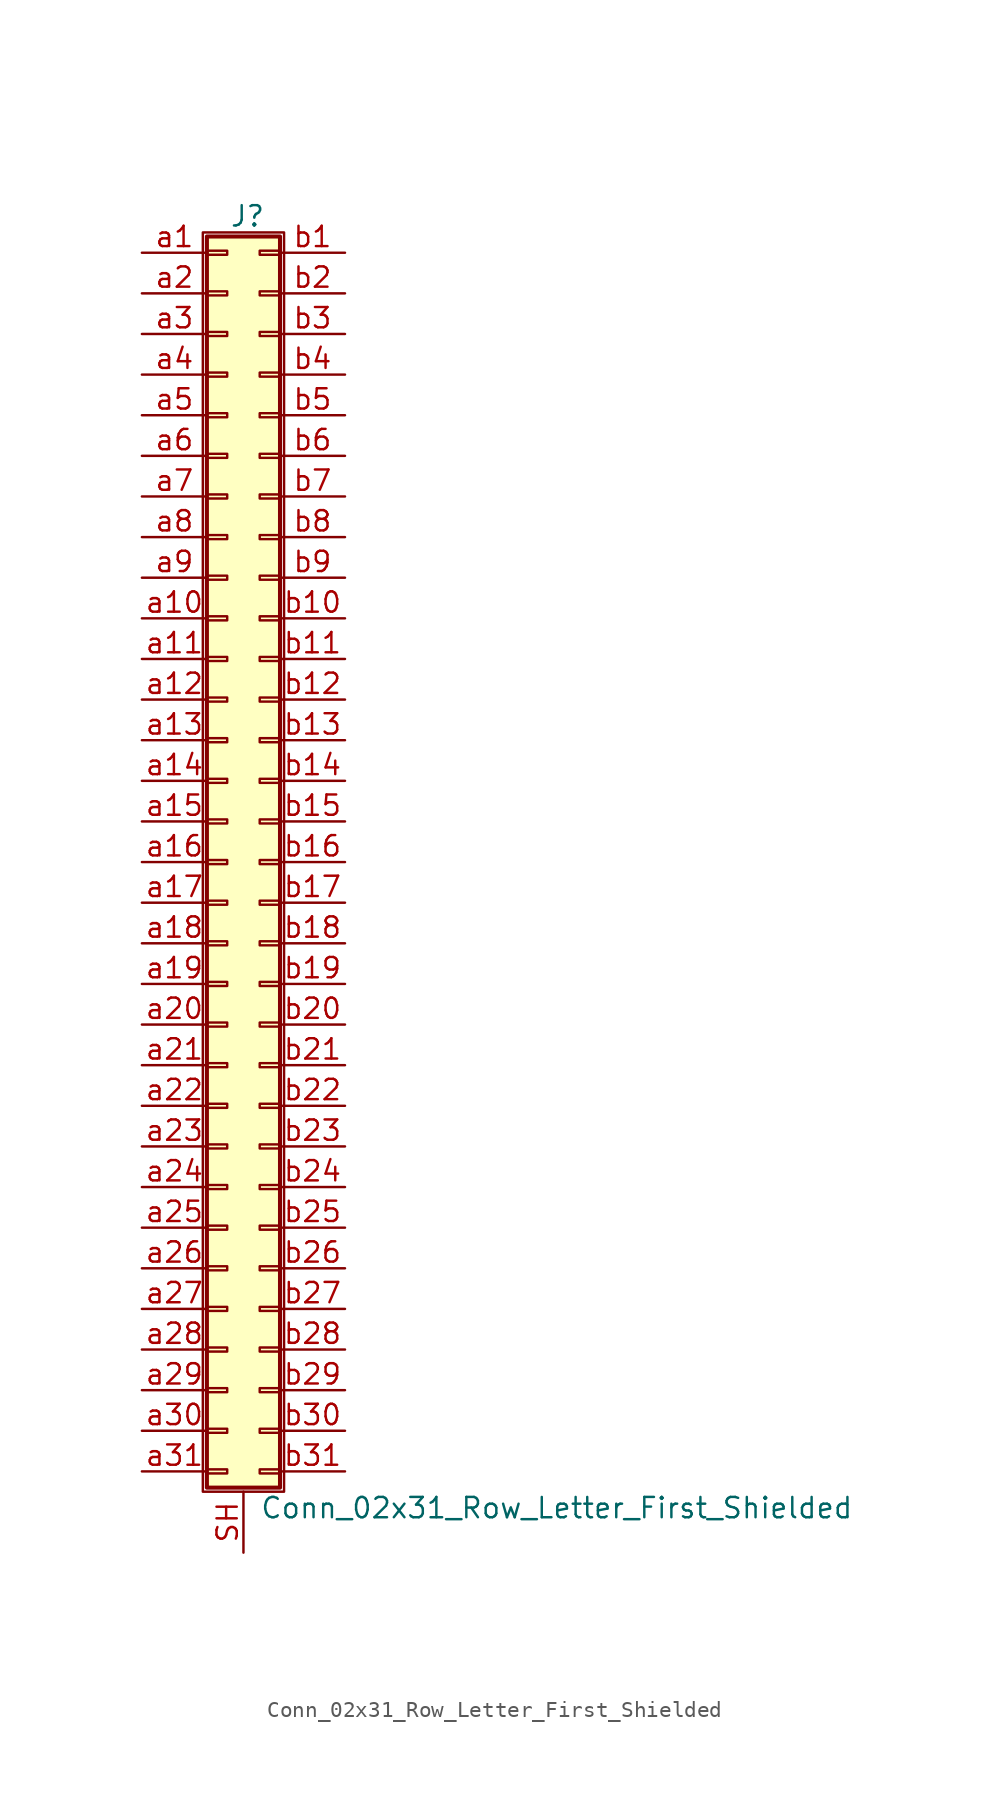
<source format=kicad_sym>
(kicad_symbol_lib
  (version 20211014)
  (generator kicad_symbol_editor)
  (symbol "Conn_02x31_Row_Letter_First_Shielded"
    (pin_names
      (offset 1.016) hide)
    (property "Reference" "J"
      (at 1.524 40.386 0)
      (effects (font (size 1.27 1.27))))
    (property "Value" "Conn_02x31_Row_Letter_First_Shielded"
      (at 2.286 -40.386 0)
      (effects (font (size 1.27 1.27)) (justify left)))
    (symbol "Conn_02x31_Row_Letter_First_Shielded_1_1"
      (rectangle (start -1.27 39.37) (end 3.81 -39.37) (stroke (width 0.152) (type default) (color 0 0 0 0)) (fill (type none)))
      (rectangle (start -1.016 -37.973) (end 0.254 -38.227) (stroke (width 0.152) (type default) (color 0 0 0 0)) (fill (type none)))
      (rectangle (start -1.016 -35.433) (end 0.254 -35.687) (stroke (width 0.152) (type default) (color 0 0 0 0)) (fill (type none)))
      (rectangle (start -1.016 -32.893) (end 0.254 -33.147) (stroke (width 0.152) (type default) (color 0 0 0 0)) (fill (type none)))
      (rectangle (start -1.016 -30.353) (end 0.254 -30.607) (stroke (width 0.152) (type default) (color 0 0 0 0)) (fill (type none)))
      (rectangle (start -1.016 -27.813) (end 0.254 -28.067) (stroke (width 0.152) (type default) (color 0 0 0 0)) (fill (type none)))
      (rectangle (start -1.016 -25.273) (end 0.254 -25.527) (stroke (width 0.152) (type default) (color 0 0 0 0)) (fill (type none)))
      (rectangle (start -1.016 -22.733) (end 0.254 -22.987) (stroke (width 0.152) (type default) (color 0 0 0 0)) (fill (type none)))
      (rectangle (start -1.016 -20.193) (end 0.254 -20.447) (stroke (width 0.152) (type default) (color 0 0 0 0)) (fill (type none)))
      (rectangle (start -1.016 -17.653) (end 0.254 -17.907) (stroke (width 0.152) (type default) (color 0 0 0 0)) (fill (type none)))
      (rectangle (start -1.016 -15.113) (end 0.254 -15.367) (stroke (width 0.152) (type default) (color 0 0 0 0)) (fill (type none)))
      (rectangle (start -1.016 -12.573) (end 0.254 -12.827) (stroke (width 0.152) (type default) (color 0 0 0 0)) (fill (type none)))
      (rectangle (start -1.016 -10.033) (end 0.254 -10.287) (stroke (width 0.152) (type default) (color 0 0 0 0)) (fill (type none)))
      (rectangle (start -1.016 -7.493) (end 0.254 -7.747) (stroke (width 0.152) (type default) (color 0 0 0 0)) (fill (type none)))
      (rectangle (start -1.016 -4.953) (end 0.254 -5.207) (stroke (width 0.152) (type default) (color 0 0 0 0)) (fill (type none)))
      (rectangle (start -1.016 -2.413) (end 0.254 -2.667) (stroke (width 0.152) (type default) (color 0 0 0 0)) (fill (type none)))
      (rectangle (start -1.016 0.127) (end 0.254 -0.127) (stroke (width 0.152) (type default) (color 0 0 0 0)) (fill (type none)))
      (rectangle (start -1.016 2.667) (end 0.254 2.413) (stroke (width 0.152) (type default) (color 0 0 0 0)) (fill (type none)))
      (rectangle (start -1.016 5.207) (end 0.254 4.953) (stroke (width 0.152) (type default) (color 0 0 0 0)) (fill (type none)))
      (rectangle (start -1.016 7.747) (end 0.254 7.493) (stroke (width 0.152) (type default) (color 0 0 0 0)) (fill (type none)))
      (rectangle (start -1.016 10.287) (end 0.254 10.033) (stroke (width 0.152) (type default) (color 0 0 0 0)) (fill (type none)))
      (rectangle (start -1.016 12.827) (end 0.254 12.573) (stroke (width 0.152) (type default) (color 0 0 0 0)) (fill (type none)))
      (rectangle (start -1.016 15.367) (end 0.254 15.113) (stroke (width 0.152) (type default) (color 0 0 0 0)) (fill (type none)))
      (rectangle (start -1.016 17.907) (end 0.254 17.653) (stroke (width 0.152) (type default) (color 0 0 0 0)) (fill (type none)))
      (rectangle (start -1.016 20.447) (end 0.254 20.193) (stroke (width 0.152) (type default) (color 0 0 0 0)) (fill (type none)))
      (rectangle (start -1.016 22.987) (end 0.254 22.733) (stroke (width 0.152) (type default) (color 0 0 0 0)) (fill (type none)))
      (rectangle (start -1.016 25.527) (end 0.254 25.273) (stroke (width 0.152) (type default) (color 0 0 0 0)) (fill (type none)))
      (rectangle (start -1.016 28.067) (end 0.254 27.813) (stroke (width 0.152) (type default) (color 0 0 0 0)) (fill (type none)))
      (rectangle (start -1.016 30.607) (end 0.254 30.353) (stroke (width 0.152) (type default) (color 0 0 0 0)) (fill (type none)))
      (rectangle (start -1.016 33.147) (end 0.254 32.893) (stroke (width 0.152) (type default) (color 0 0 0 0)) (fill (type none)))
      (rectangle (start -1.016 35.687) (end 0.254 35.433) (stroke (width 0.152) (type default) (color 0 0 0 0)) (fill (type none)))
      (rectangle (start -1.016 38.227) (end 0.254 37.973) (stroke (width 0.152) (type default) (color 0 0 0 0)) (fill (type none)))
      (rectangle (start -1.016 39.116) (end 3.556 -39.116) (stroke (width 0.254) (type default) (color 0 0 0 0)) (fill (type background)))
      (rectangle (start 3.556 -37.973) (end 2.286 -38.227) (stroke (width 0.152) (type default) (color 0 0 0 0)) (fill (type none)))
      (rectangle (start 3.556 -35.433) (end 2.286 -35.687) (stroke (width 0.152) (type default) (color 0 0 0 0)) (fill (type none)))
      (rectangle (start 3.556 -32.893) (end 2.286 -33.147) (stroke (width 0.152) (type default) (color 0 0 0 0)) (fill (type none)))
      (rectangle (start 3.556 -30.353) (end 2.286 -30.607) (stroke (width 0.152) (type default) (color 0 0 0 0)) (fill (type none)))
      (rectangle (start 3.556 -27.813) (end 2.286 -28.067) (stroke (width 0.152) (type default) (color 0 0 0 0)) (fill (type none)))
      (rectangle (start 3.556 -25.273) (end 2.286 -25.527) (stroke (width 0.152) (type default) (color 0 0 0 0)) (fill (type none)))
      (rectangle (start 3.556 -22.733) (end 2.286 -22.987) (stroke (width 0.152) (type default) (color 0 0 0 0)) (fill (type none)))
      (rectangle (start 3.556 -20.193) (end 2.286 -20.447) (stroke (width 0.152) (type default) (color 0 0 0 0)) (fill (type none)))
      (rectangle (start 3.556 -17.653) (end 2.286 -17.907) (stroke (width 0.152) (type default) (color 0 0 0 0)) (fill (type none)))
      (rectangle (start 3.556 -15.113) (end 2.286 -15.367) (stroke (width 0.152) (type default) (color 0 0 0 0)) (fill (type none)))
      (rectangle (start 3.556 -12.573) (end 2.286 -12.827) (stroke (width 0.152) (type default) (color 0 0 0 0)) (fill (type none)))
      (rectangle (start 3.556 -10.033) (end 2.286 -10.287) (stroke (width 0.152) (type default) (color 0 0 0 0)) (fill (type none)))
      (rectangle (start 3.556 -7.493) (end 2.286 -7.747) (stroke (width 0.152) (type default) (color 0 0 0 0)) (fill (type none)))
      (rectangle (start 3.556 -4.953) (end 2.286 -5.207) (stroke (width 0.152) (type default) (color 0 0 0 0)) (fill (type none)))
      (rectangle (start 3.556 -2.413) (end 2.286 -2.667) (stroke (width 0.152) (type default) (color 0 0 0 0)) (fill (type none)))
      (rectangle (start 3.556 0.127) (end 2.286 -0.127) (stroke (width 0.152) (type default) (color 0 0 0 0)) (fill (type none)))
      (rectangle (start 3.556 2.667) (end 2.286 2.413) (stroke (width 0.152) (type default) (color 0 0 0 0)) (fill (type none)))
      (rectangle (start 3.556 5.207) (end 2.286 4.953) (stroke (width 0.152) (type default) (color 0 0 0 0)) (fill (type none)))
      (rectangle (start 3.556 7.747) (end 2.286 7.493) (stroke (width 0.152) (type default) (color 0 0 0 0)) (fill (type none)))
      (rectangle (start 3.556 10.287) (end 2.286 10.033) (stroke (width 0.152) (type default) (color 0 0 0 0)) (fill (type none)))
      (rectangle (start 3.556 12.827) (end 2.286 12.573) (stroke (width 0.152) (type default) (color 0 0 0 0)) (fill (type none)))
      (rectangle (start 3.556 15.367) (end 2.286 15.113) (stroke (width 0.152) (type default) (color 0 0 0 0)) (fill (type none)))
      (rectangle (start 3.556 17.907) (end 2.286 17.653) (stroke (width 0.152) (type default) (color 0 0 0 0)) (fill (type none)))
      (rectangle (start 3.556 20.447) (end 2.286 20.193) (stroke (width 0.152) (type default) (color 0 0 0 0)) (fill (type none)))
      (rectangle (start 3.556 22.987) (end 2.286 22.733) (stroke (width 0.152) (type default) (color 0 0 0 0)) (fill (type none)))
      (rectangle (start 3.556 25.527) (end 2.286 25.273) (stroke (width 0.152) (type default) (color 0 0 0 0)) (fill (type none)))
      (rectangle (start 3.556 28.067) (end 2.286 27.813) (stroke (width 0.152) (type default) (color 0 0 0 0)) (fill (type none)))
      (rectangle (start 3.556 30.607) (end 2.286 30.353) (stroke (width 0.152) (type default) (color 0 0 0 0)) (fill (type none)))
      (rectangle (start 3.556 33.147) (end 2.286 32.893) (stroke (width 0.152) (type default) (color 0 0 0 0)) (fill (type none)))
      (rectangle (start 3.556 35.687) (end 2.286 35.433) (stroke (width 0.152) (type default) (color 0 0 0 0)) (fill (type none)))
      (rectangle (start 3.556 38.227) (end 2.286 37.973) (stroke (width 0.152) (type default) (color 0 0 0 0)) (fill (type none)))
      (pin passive line (at 1.27 -43.18 90) (length 3.81) (name "Shield" (effects (font (size 1.27 1.27)))) (number "SH" (effects (font (size 1.27 1.27)))))
      (pin passive line (at -5.08 38.1 0) (length 4.064) (name "Pin_a1" (effects (font (size 1.27 1.27)))) (number "a1" (effects (font (size 1.27 1.27)))))
      (pin passive line (at -5.08 15.24 0) (length 4.064) (name "Pin_a10" (effects (font (size 1.27 1.27)))) (number "a10" (effects (font (size 1.27 1.27)))))
      (pin passive line (at -5.08 12.7 0) (length 4.064) (name "Pin_a11" (effects (font (size 1.27 1.27)))) (number "a11" (effects (font (size 1.27 1.27)))))
      (pin passive line (at -5.08 10.16 0) (length 4.064) (name "Pin_a12" (effects (font (size 1.27 1.27)))) (number "a12" (effects (font (size 1.27 1.27)))))
      (pin passive line (at -5.08 7.62 0) (length 4.064) (name "Pin_a13" (effects (font (size 1.27 1.27)))) (number "a13" (effects (font (size 1.27 1.27)))))
      (pin passive line (at -5.08 5.08 0) (length 4.064) (name "Pin_a14" (effects (font (size 1.27 1.27)))) (number "a14" (effects (font (size 1.27 1.27)))))
      (pin passive line (at -5.08 2.54 0) (length 4.064) (name "Pin_a15" (effects (font (size 1.27 1.27)))) (number "a15" (effects (font (size 1.27 1.27)))))
      (pin passive line (at -5.08 0 0) (length 4.064) (name "Pin_a16" (effects (font (size 1.27 1.27)))) (number "a16" (effects (font (size 1.27 1.27)))))
      (pin passive line (at -5.08 -2.54 0) (length 4.064) (name "Pin_a17" (effects (font (size 1.27 1.27)))) (number "a17" (effects (font (size 1.27 1.27)))))
      (pin passive line (at -5.08 -5.08 0) (length 4.064) (name "Pin_a18" (effects (font (size 1.27 1.27)))) (number "a18" (effects (font (size 1.27 1.27)))))
      (pin passive line (at -5.08 -7.62 0) (length 4.064) (name "Pin_a19" (effects (font (size 1.27 1.27)))) (number "a19" (effects (font (size 1.27 1.27)))))
      (pin passive line (at -5.08 35.56 0) (length 4.064) (name "Pin_a2" (effects (font (size 1.27 1.27)))) (number "a2" (effects (font (size 1.27 1.27)))))
      (pin passive line (at -5.08 -10.16 0) (length 4.064) (name "Pin_a20" (effects (font (size 1.27 1.27)))) (number "a20" (effects (font (size 1.27 1.27)))))
      (pin passive line (at -5.08 -12.7 0) (length 4.064) (name "Pin_a21" (effects (font (size 1.27 1.27)))) (number "a21" (effects (font (size 1.27 1.27)))))
      (pin passive line (at -5.08 -15.24 0) (length 4.064) (name "Pin_a22" (effects (font (size 1.27 1.27)))) (number "a22" (effects (font (size 1.27 1.27)))))
      (pin passive line (at -5.08 -17.78 0) (length 4.064) (name "Pin_a23" (effects (font (size 1.27 1.27)))) (number "a23" (effects (font (size 1.27 1.27)))))
      (pin passive line (at -5.08 -20.32 0) (length 4.064) (name "Pin_a24" (effects (font (size 1.27 1.27)))) (number "a24" (effects (font (size 1.27 1.27)))))
      (pin passive line (at -5.08 -22.86 0) (length 4.064) (name "Pin_a25" (effects (font (size 1.27 1.27)))) (number "a25" (effects (font (size 1.27 1.27)))))
      (pin passive line (at -5.08 -25.4 0) (length 4.064) (name "Pin_a26" (effects (font (size 1.27 1.27)))) (number "a26" (effects (font (size 1.27 1.27)))))
      (pin passive line (at -5.08 -27.94 0) (length 4.064) (name "Pin_a27" (effects (font (size 1.27 1.27)))) (number "a27" (effects (font (size 1.27 1.27)))))
      (pin passive line (at -5.08 -30.48 0) (length 4.064) (name "Pin_a28" (effects (font (size 1.27 1.27)))) (number "a28" (effects (font (size 1.27 1.27)))))
      (pin passive line (at -5.08 -33.02 0) (length 4.064) (name "Pin_a29" (effects (font (size 1.27 1.27)))) (number "a29" (effects (font (size 1.27 1.27)))))
      (pin passive line (at -5.08 33.02 0) (length 4.064) (name "Pin_a3" (effects (font (size 1.27 1.27)))) (number "a3" (effects (font (size 1.27 1.27)))))
      (pin passive line (at -5.08 -35.56 0) (length 4.064) (name "Pin_a30" (effects (font (size 1.27 1.27)))) (number "a30" (effects (font (size 1.27 1.27)))))
      (pin passive line (at -5.08 -38.1 0) (length 4.064) (name "Pin_a31" (effects (font (size 1.27 1.27)))) (number "a31" (effects (font (size 1.27 1.27)))))
      (pin passive line (at -5.08 30.48 0) (length 4.064) (name "Pin_a4" (effects (font (size 1.27 1.27)))) (number "a4" (effects (font (size 1.27 1.27)))))
      (pin passive line (at -5.08 27.94 0) (length 4.064) (name "Pin_a5" (effects (font (size 1.27 1.27)))) (number "a5" (effects (font (size 1.27 1.27)))))
      (pin passive line (at -5.08 25.4 0) (length 4.064) (name "Pin_a6" (effects (font (size 1.27 1.27)))) (number "a6" (effects (font (size 1.27 1.27)))))
      (pin passive line (at -5.08 22.86 0) (length 4.064) (name "Pin_a7" (effects (font (size 1.27 1.27)))) (number "a7" (effects (font (size 1.27 1.27)))))
      (pin passive line (at -5.08 20.32 0) (length 4.064) (name "Pin_a8" (effects (font (size 1.27 1.27)))) (number "a8" (effects (font (size 1.27 1.27)))))
      (pin passive line (at -5.08 17.78 0) (length 4.064) (name "Pin_a9" (effects (font (size 1.27 1.27)))) (number "a9" (effects (font (size 1.27 1.27)))))
      (pin passive line (at 7.62 38.1 180) (length 4.064) (name "Pin_b1" (effects (font (size 1.27 1.27)))) (number "b1" (effects (font (size 1.27 1.27)))))
      (pin passive line (at 7.62 15.24 180) (length 4.064) (name "Pin_b10" (effects (font (size 1.27 1.27)))) (number "b10" (effects (font (size 1.27 1.27)))))
      (pin passive line (at 7.62 12.7 180) (length 4.064) (name "Pin_b11" (effects (font (size 1.27 1.27)))) (number "b11" (effects (font (size 1.27 1.27)))))
      (pin passive line (at 7.62 10.16 180) (length 4.064) (name "Pin_b12" (effects (font (size 1.27 1.27)))) (number "b12" (effects (font (size 1.27 1.27)))))
      (pin passive line (at 7.62 7.62 180) (length 4.064) (name "Pin_b13" (effects (font (size 1.27 1.27)))) (number "b13" (effects (font (size 1.27 1.27)))))
      (pin passive line (at 7.62 5.08 180) (length 4.064) (name "Pin_b14" (effects (font (size 1.27 1.27)))) (number "b14" (effects (font (size 1.27 1.27)))))
      (pin passive line (at 7.62 2.54 180) (length 4.064) (name "Pin_b15" (effects (font (size 1.27 1.27)))) (number "b15" (effects (font (size 1.27 1.27)))))
      (pin passive line (at 7.62 0 180) (length 4.064) (name "Pin_b16" (effects (font (size 1.27 1.27)))) (number "b16" (effects (font (size 1.27 1.27)))))
      (pin passive line (at 7.62 -2.54 180) (length 4.064) (name "Pin_b17" (effects (font (size 1.27 1.27)))) (number "b17" (effects (font (size 1.27 1.27)))))
      (pin passive line (at 7.62 -5.08 180) (length 4.064) (name "Pin_b18" (effects (font (size 1.27 1.27)))) (number "b18" (effects (font (size 1.27 1.27)))))
      (pin passive line (at 7.62 -7.62 180) (length 4.064) (name "Pin_b19" (effects (font (size 1.27 1.27)))) (number "b19" (effects (font (size 1.27 1.27)))))
      (pin passive line (at 7.62 35.56 180) (length 4.064) (name "Pin_b2" (effects (font (size 1.27 1.27)))) (number "b2" (effects (font (size 1.27 1.27)))))
      (pin passive line (at 7.62 -10.16 180) (length 4.064) (name "Pin_b20" (effects (font (size 1.27 1.27)))) (number "b20" (effects (font (size 1.27 1.27)))))
      (pin passive line (at 7.62 -12.7 180) (length 4.064) (name "Pin_b21" (effects (font (size 1.27 1.27)))) (number "b21" (effects (font (size 1.27 1.27)))))
      (pin passive line (at 7.62 -15.24 180) (length 4.064) (name "Pin_b22" (effects (font (size 1.27 1.27)))) (number "b22" (effects (font (size 1.27 1.27)))))
      (pin passive line (at 7.62 -17.78 180) (length 4.064) (name "Pin_b23" (effects (font (size 1.27 1.27)))) (number "b23" (effects (font (size 1.27 1.27)))))
      (pin passive line (at 7.62 -20.32 180) (length 4.064) (name "Pin_b24" (effects (font (size 1.27 1.27)))) (number "b24" (effects (font (size 1.27 1.27)))))
      (pin passive line (at 7.62 -22.86 180) (length 4.064) (name "Pin_b25" (effects (font (size 1.27 1.27)))) (number "b25" (effects (font (size 1.27 1.27)))))
      (pin passive line (at 7.62 -25.4 180) (length 4.064) (name "Pin_b26" (effects (font (size 1.27 1.27)))) (number "b26" (effects (font (size 1.27 1.27)))))
      (pin passive line (at 7.62 -27.94 180) (length 4.064) (name "Pin_b27" (effects (font (size 1.27 1.27)))) (number "b27" (effects (font (size 1.27 1.27)))))
      (pin passive line (at 7.62 -30.48 180) (length 4.064) (name "Pin_b28" (effects (font (size 1.27 1.27)))) (number "b28" (effects (font (size 1.27 1.27)))))
      (pin passive line (at 7.62 -33.02 180) (length 4.064) (name "Pin_b29" (effects (font (size 1.27 1.27)))) (number "b29" (effects (font (size 1.27 1.27)))))
      (pin passive line (at 7.62 33.02 180) (length 4.064) (name "Pin_b3" (effects (font (size 1.27 1.27)))) (number "b3" (effects (font (size 1.27 1.27)))))
      (pin passive line (at 7.62 -35.56 180) (length 4.064) (name "Pin_b30" (effects (font (size 1.27 1.27)))) (number "b30" (effects (font (size 1.27 1.27)))))
      (pin passive line (at 7.62 -38.1 180) (length 4.064) (name "Pin_b31" (effects (font (size 1.27 1.27)))) (number "b31" (effects (font (size 1.27 1.27)))))
      (pin passive line (at 7.62 30.48 180) (length 4.064) (name "Pin_b4" (effects (font (size 1.27 1.27)))) (number "b4" (effects (font (size 1.27 1.27)))))
      (pin passive line (at 7.62 27.94 180) (length 4.064) (name "Pin_b5" (effects (font (size 1.27 1.27)))) (number "b5" (effects (font (size 1.27 1.27)))))
      (pin passive line (at 7.62 25.4 180) (length 4.064) (name "Pin_b6" (effects (font (size 1.27 1.27)))) (number "b6" (effects (font (size 1.27 1.27)))))
      (pin passive line (at 7.62 22.86 180) (length 4.064) (name "Pin_b7" (effects (font (size 1.27 1.27)))) (number "b7" (effects (font (size 1.27 1.27)))))
      (pin passive line (at 7.62 20.32 180) (length 4.064) (name "Pin_b8" (effects (font (size 1.27 1.27)))) (number "b8" (effects (font (size 1.27 1.27)))))
      (pin passive line (at 7.62 17.78 180) (length 4.064) (name "Pin_b9" (effects (font (size 1.27 1.27)))) (number "b9" (effects (font (size 1.27 1.27))))))))
</source>
